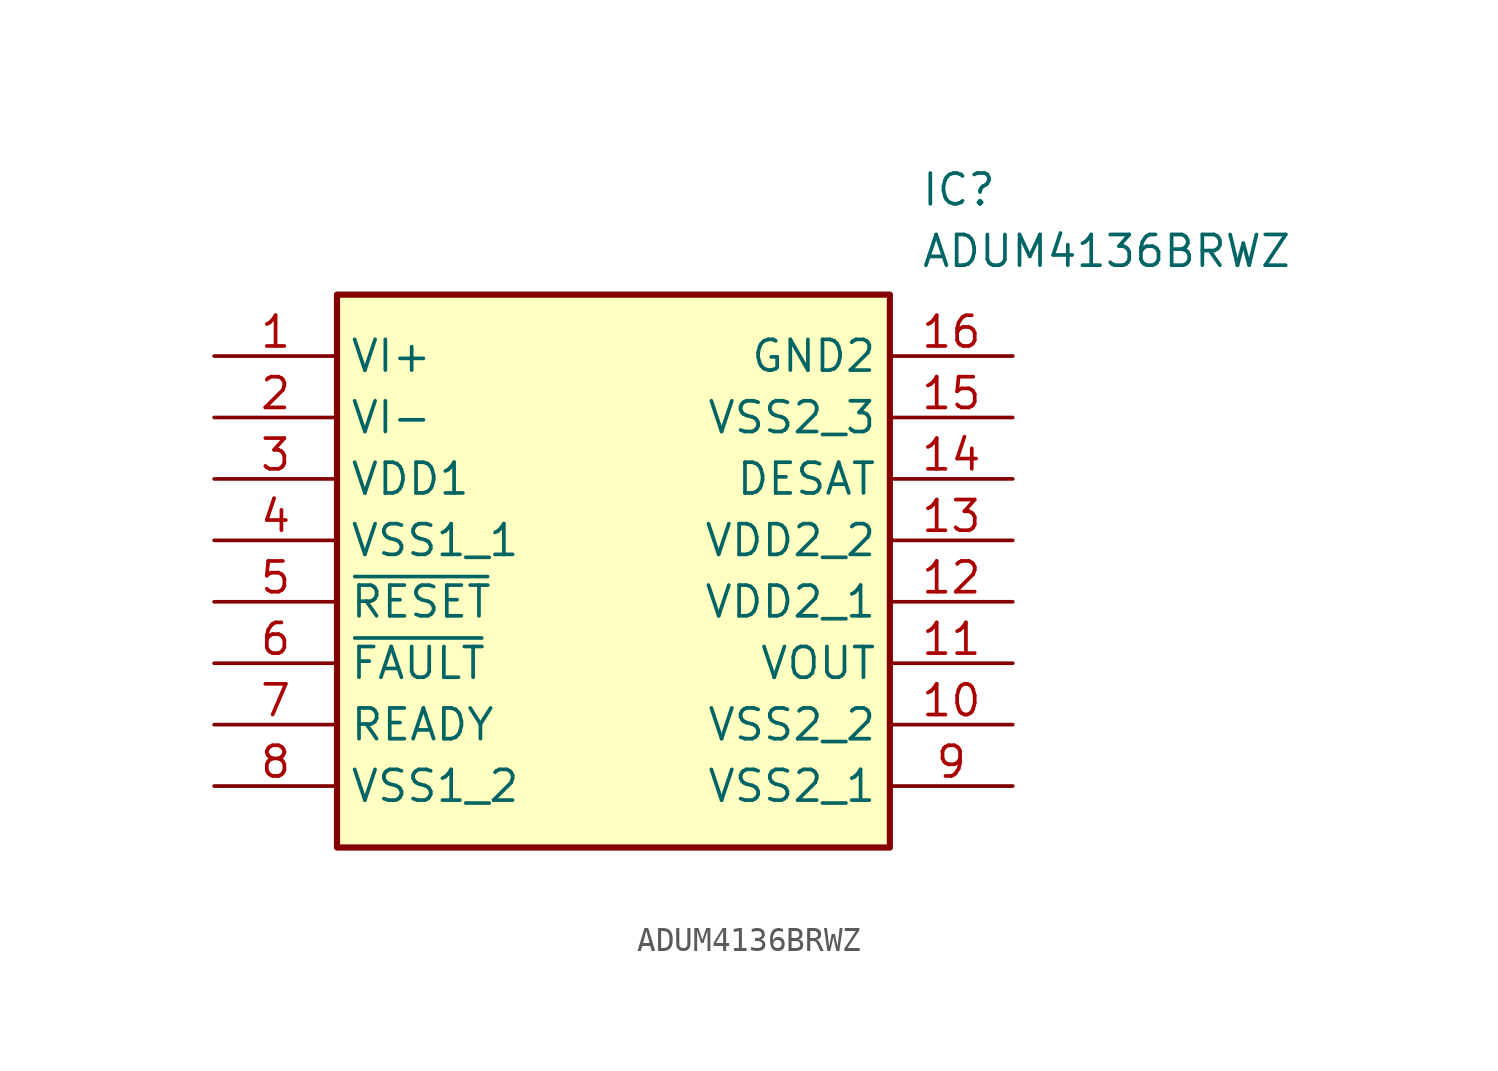
<source format=kicad_sym>
(kicad_symbol_lib
  (version 20211014)
  (generator SamacSys_ECAD_Model)
  (symbol "ADUM4136BRWZ"
    (property "Reference" "IC"
      (at 29.21 7.62 0)
      (effects (font (size 1.27 1.27)) (justify left top)))
    (property "Value" "ADUM4136BRWZ"
      (at 29.21 5.08 0)
      (effects (font (size 1.27 1.27)) (justify left top)))
    (rectangle
      (start 5.08 2.54)
      (end 27.94 -20.32)
      (stroke (width 0.254) (type default))
      (fill (type background)))
    (pin input line
      (at 0 0 0)
      (length 5.08)
      (name "VI+" (effects (font (size 1.27 1.27))))
      (number "1" (effects (font (size 1.27 1.27)))))
    (pin input line
      (at 0 -2.54 0)
      (length 5.08)
      (name "VI-" (effects (font (size 1.27 1.27))))
      (number "2" (effects (font (size 1.27 1.27)))))
    (pin power_in line
      (at 0 -5.08 0)
      (length 5.08)
      (name "VDD1" (effects (font (size 1.27 1.27))))
      (number "3" (effects (font (size 1.27 1.27)))))
    (pin power_in line
      (at 0 -7.62 0)
      (length 5.08)
      (name "VSS1_1" (effects (font (size 1.27 1.27))))
      (number "4" (effects (font (size 1.27 1.27)))))
    (pin input line
      (at 0 -10.16 0)
      (length 5.08)
      (name "~{RESET}" (effects (font (size 1.27 1.27))))
      (number "5" (effects (font (size 1.27 1.27)))))
    (pin output line
      (at 0 -12.7 0)
      (length 5.08)
      (name "~{FAULT}" (effects (font (size 1.27 1.27))))
      (number "6" (effects (font (size 1.27 1.27)))))
    (pin output line
      (at 0 -15.24 0)
      (length 5.08)
      (name "READY" (effects (font (size 1.27 1.27))))
      (number "7" (effects (font (size 1.27 1.27)))))
    (pin power_in line
      (at 0 -17.78 0)
      (length 5.08)
      (name "VSS1_2" (effects (font (size 1.27 1.27))))
      (number "8" (effects (font (size 1.27 1.27)))))
    (pin power_in line
      (at 33.02 0 180)
      (length 5.08)
      (name "GND2" (effects (font (size 1.27 1.27))))
      (number "16" (effects (font (size 1.27 1.27)))))
    (pin power_in line
      (at 33.02 -2.54 180)
      (length 5.08)
      (name "VSS2_3" (effects (font (size 1.27 1.27))))
      (number "15" (effects (font (size 1.27 1.27)))))
    (pin input line
      (at 33.02 -5.08 180)
      (length 5.08)
      (name "DESAT" (effects (font (size 1.27 1.27))))
      (number "14" (effects (font (size 1.27 1.27)))))
    (pin power_in line
      (at 33.02 -7.62 180)
      (length 5.08)
      (name "VDD2_2" (effects (font (size 1.27 1.27))))
      (number "13" (effects (font (size 1.27 1.27)))))
    (pin power_in line
      (at 33.02 -10.16 180)
      (length 5.08)
      (name "VDD2_1" (effects (font (size 1.27 1.27))))
      (number "12" (effects (font (size 1.27 1.27)))))
    (pin output line
      (at 33.02 -12.7 180)
      (length 5.08)
      (name "VOUT" (effects (font (size 1.27 1.27))))
      (number "11" (effects (font (size 1.27 1.27)))))
    (pin power_in line
      (at 33.02 -15.24 180)
      (length 5.08)
      (name "VSS2_2" (effects (font (size 1.27 1.27))))
      (number "10" (effects (font (size 1.27 1.27)))))
    (pin power_in line
      (at 33.02 -17.78 180)
      (length 5.08)
      (name "VSS2_1" (effects (font (size 1.27 1.27))))
      (number "9" (effects (font (size 1.27 1.27)))))))
</source>
